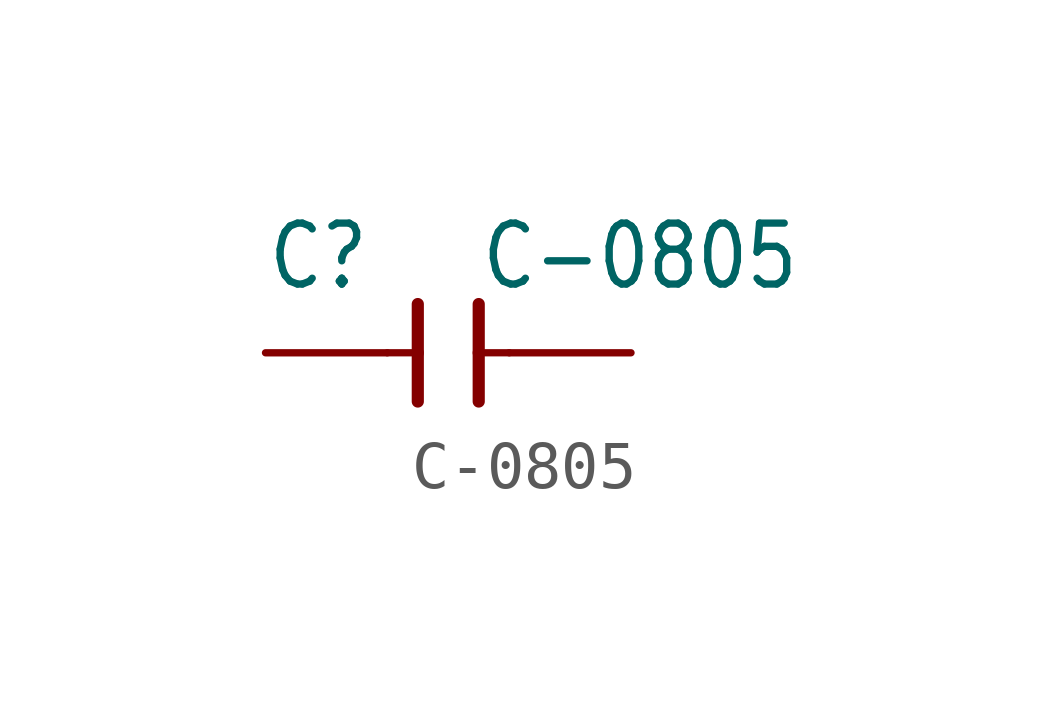
<source format=kicad_sym>
(kicad_symbol_lib
  (version 20211014)
  (generator kicad_symbol_editor)
  (symbol "C-0805"
    (property "Reference" "C"
      (at -3.81 1.27 0)
      (effects (font (size 1.27 1.079)) (justify left bottom)))
    (property "Value" "C-0805"
      (at 0.635 1.27 0)
      (effects (font (size 1.27 1.079)) (justify left bottom)))
    (property "ki_locked" ""
      (at 0 0 0)
      (effects (font (size 1.27 1.27))))
    (symbol "C-0805_1_0"
      (polyline (pts (xy -1.27 0) (xy -0.635 0)) (stroke (width 0.152) (type default) (color 0 0 0 0)) (fill (type none)))
      (polyline (pts (xy -0.635 -1.016) (xy -0.635 0)) (stroke (width 0.254) (type default) (color 0 0 0 0)) (fill (type none)))
      (polyline (pts (xy -0.635 0) (xy -0.635 1.016)) (stroke (width 0.254) (type default) (color 0 0 0 0)) (fill (type none)))
      (polyline (pts (xy 0.635 0) (xy 0.635 -1.016)) (stroke (width 0.254) (type default) (color 0 0 0 0)) (fill (type none)))
      (polyline (pts (xy 0.635 0) (xy 1.27 0)) (stroke (width 0.152) (type default) (color 0 0 0 0)) (fill (type none)))
      (polyline (pts (xy 0.635 1.016) (xy 0.635 0)) (stroke (width 0.254) (type default) (color 0 0 0 0)) (fill (type none)))
      (pin passive line (at -3.81 0 0) (length 2.54) (name "1" (effects (font (size 0 0)))) (number "1" (effects (font (size 0 0)))))
      (pin passive line (at 3.81 0 180) (length 2.54) (name "2" (effects (font (size 0 0)))) (number "2" (effects (font (size 0 0))))))))
</source>
